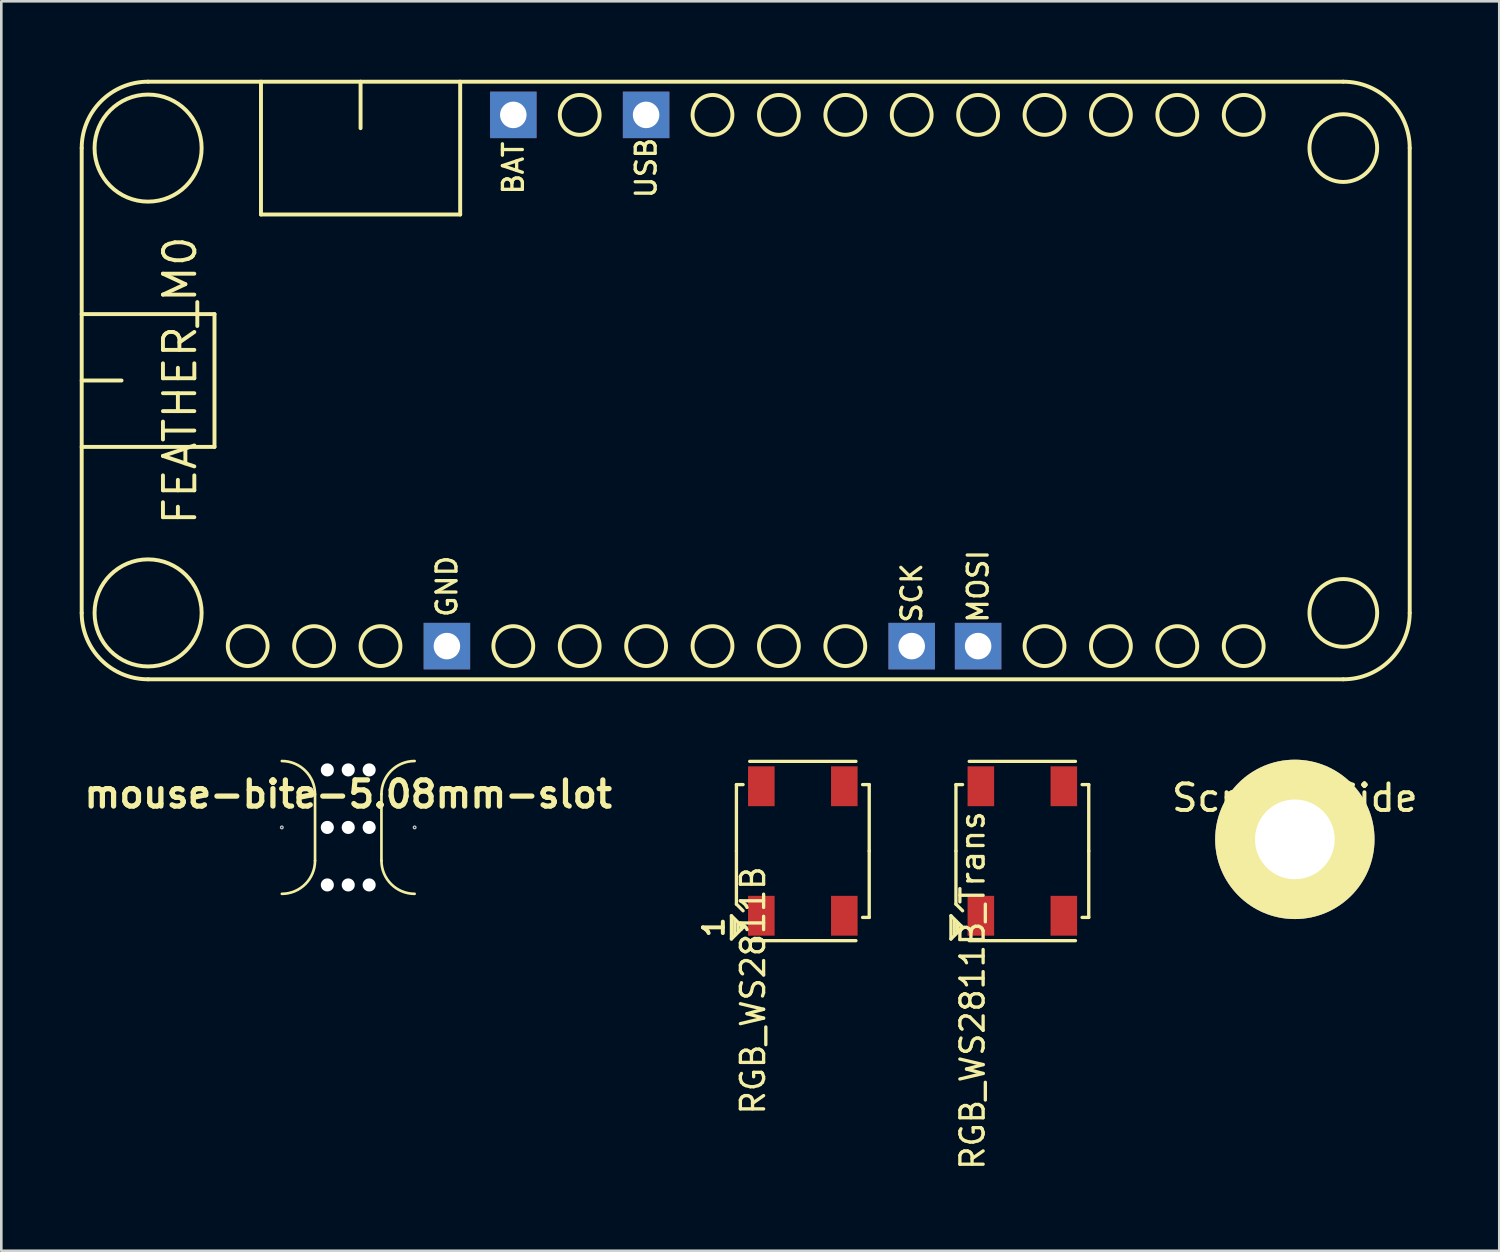
<source format=kicad_pcb>
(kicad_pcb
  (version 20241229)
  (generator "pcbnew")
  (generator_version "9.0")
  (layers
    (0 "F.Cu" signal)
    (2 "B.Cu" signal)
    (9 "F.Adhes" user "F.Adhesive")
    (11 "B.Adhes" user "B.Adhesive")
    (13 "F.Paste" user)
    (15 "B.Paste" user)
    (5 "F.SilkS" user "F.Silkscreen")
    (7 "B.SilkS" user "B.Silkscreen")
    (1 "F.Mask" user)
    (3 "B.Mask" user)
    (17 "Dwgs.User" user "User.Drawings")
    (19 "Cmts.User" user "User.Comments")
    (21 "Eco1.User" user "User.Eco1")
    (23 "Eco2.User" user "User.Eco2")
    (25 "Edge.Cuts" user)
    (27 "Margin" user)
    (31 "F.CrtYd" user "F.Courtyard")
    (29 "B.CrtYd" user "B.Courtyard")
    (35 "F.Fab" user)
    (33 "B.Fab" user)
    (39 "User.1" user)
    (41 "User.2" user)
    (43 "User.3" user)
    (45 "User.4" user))
  (footprint "RGB_WS2811B_Trans"
    (layer "F.Cu")
    (at 36.057 29.503)
    (property "Reference" "RGB_WS2811B_Trans" (at -1.905 5.334 90) (layer "F.SilkS") (effects (font (size 0.889 0.889) (thickness 0.127))))
    (attr smd)
    (fp_line (start -2.731 2.477) (end -2.286 2.921) (stroke (width 0.127) (type solid)) (layer "F.SilkS"))
    (fp_line (start -2.731 3.365) (end -2.731 2.477) (stroke (width 0.127) (type solid)) (layer "F.SilkS"))
    (fp_line (start -2.603 2.667) (end -2.603 3.175) (stroke (width 0.127) (type solid)) (layer "F.SilkS"))
    (fp_line (start -2.54 -2.54) (end -2.286 -2.54) (stroke (width 0.127) (type solid)) (layer "F.SilkS"))
    (fp_line (start -2.54 0) (end -2.54 -2.54) (stroke (width 0.127) (type solid)) (layer "F.SilkS"))
    (fp_line (start -2.54 2.032) (end -2.54 0) (stroke (width 0.127) (type solid)) (layer "F.SilkS"))
    (fp_line (start -2.54 2.032) (end -2.286 2.286) (stroke (width 0.127) (type solid)) (layer "F.SilkS"))
    (fp_line (start -2.477 2.794) (end -2.477 3.048) (stroke (width 0.127) (type solid)) (layer "F.SilkS"))
    (fp_line (start -2.349 2.857) (end -2.349 2.985) (stroke (width 0.127) (type solid)) (layer "F.SilkS"))
    (fp_line (start -2.286 2.921) (end -2.731 3.365) (stroke (width 0.127) (type solid)) (layer "F.SilkS"))
    (fp_line (start -2.032 -3.429) (end 2.032 -3.429) (stroke (width 0.127) (type solid)) (layer "F.SilkS"))
    (fp_line (start -2.032 3.429) (end 2.032 3.429) (stroke (width 0.127) (type solid)) (layer "F.SilkS"))
    (fp_line (start 2.54 -2.54) (end 2.286 -2.54) (stroke (width 0.127) (type solid)) (layer "F.SilkS"))
    (fp_line (start 2.54 -2.54) (end 2.54 0) (stroke (width 0.127) (type solid)) (layer "F.SilkS"))
    (fp_line (start 2.54 0) (end 2.54 2.54) (stroke (width 0.127) (type solid)) (layer "F.SilkS"))
    (fp_line (start 2.54 2.54) (end 2.286 2.54) (stroke (width 0.127) (type solid)) (layer "F.SilkS"))
    (pad "1" smd rect (at 1.587 -2.477) (size 1.016 1.524) (layers "F.Cu" "F.Mask" "F.Paste"))
    (pad "2" smd rect (at -1.587 -2.477) (size 1.016 1.524) (layers "F.Cu" "F.Mask" "F.Paste"))
    (pad "3" smd rect (at -1.587 2.477) (size 1.016 1.524) (layers "F.Cu" "F.Mask" "F.Paste"))
    (pad "4" smd rect (at 1.587 2.477) (size 1.016 1.524) (layers "F.Cu" "F.Mask" "F.Paste")))
  (footprint "mouse-bite-5.08mm-slot"
    (layer "F.Cu")
    (at 10.271 28.601)
    (property "Reference" "mouse-bite-5.08mm-slot" (at 0 -1.27 0) (layer "F.SilkS") (effects (font (size 1 1) (thickness 0.2))))
    (attr through_hole)
    (fp_line (start -1.27 -1.27) (end -1.27 1.27) (stroke (width 0.102) (type solid)) (layer "F.SilkS"))
    (fp_line (start 1.27 -1.27) (end 1.27 1.27) (stroke (width 0.102) (type solid)) (layer "F.SilkS"))
    (fp_arc (start -2.54 -2.54) (mid -1.641974 -2.168026) (end -1.27 -1.27) (stroke (width 0.1016) (type solid)) (layer "F.SilkS"))
    (fp_arc (start -1.27 1.27) (mid -1.641974 2.168026) (end -2.54 2.54) (stroke (width 0.1016) (type solid)) (layer "F.SilkS"))
    (fp_arc (start 1.27 -1.27) (mid 1.641974 -2.168026) (end 2.54 -2.54) (stroke (width 0.1016) (type solid)) (layer "F.SilkS"))
    (fp_arc (start 2.54 2.54) (mid 1.641974 2.168026) (end 1.27 1.27) (stroke (width 0.1016) (type solid)) (layer "F.SilkS"))
    (fp_circle (center -2.54 0) (end -2.54 0.051) (stroke (width 0.05) (type solid)) (fill no) (layer "Dwgs.User"))
    (fp_circle (center 2.54 0) (end 2.54 -0.051) (stroke (width 0.051) (type solid)) (fill no) (layer "Dwgs.User"))
    (pad "" np_thru_hole circle (at -0.8 -2.2) (size 0.5 0.5) (drill 0.5) (layers "*.Cu" "*.Mask"))
    (pad "" np_thru_hole circle (at -0.8 0) (size 0.5 0.5) (drill 0.5) (layers "*.Cu" "*.Mask"))
    (pad "" np_thru_hole circle (at -0.8 2.2) (size 0.5 0.5) (drill 0.5) (layers "*.Cu" "*.Mask"))
    (pad "" np_thru_hole circle (at 0 -2.2) (size 0.5 0.5) (drill 0.5) (layers "*.Cu" "*.Mask"))
    (pad "" np_thru_hole circle (at 0 0) (size 0.5 0.5) (drill 0.5) (layers "*.Cu" "*.Mask"))
    (pad "" np_thru_hole circle (at 0 2.2) (size 0.5 0.5) (drill 0.5) (layers "*.Cu" "*.Mask"))
    (pad "" np_thru_hole circle (at 0.8 -2.2) (size 0.5 0.5) (drill 0.5) (layers "*.Cu" "*.Mask"))
    (pad "" np_thru_hole circle (at 0.8 0) (size 0.5 0.5) (drill 0.5) (layers "*.Cu" "*.Mask"))
    (pad "" np_thru_hole circle (at 0.8 2.2) (size 0.5 0.5) (drill 0.5) (layers "*.Cu" "*.Mask")))
  (footprint "RGB_WS2811B"
    (layer "F.Cu")
    (at 27.66 29.503)
    (property "Reference" "RGB_WS2811B" (at -1.905 5.334 90) (layer "F.SilkS") (effects (font (size 0.889 0.889) (thickness 0.127))))
    (attr through_hole)
    (fp_line (start -2.731 2.477) (end -2.286 2.921) (stroke (width 0.127) (type solid)) (layer "F.SilkS"))
    (fp_line (start -2.731 3.365) (end -2.731 2.477) (stroke (width 0.127) (type solid)) (layer "F.SilkS"))
    (fp_line (start -2.603 2.667) (end -2.603 3.175) (stroke (width 0.127) (type solid)) (layer "F.SilkS"))
    (fp_line (start -2.54 -2.54) (end -2.286 -2.54) (stroke (width 0.127) (type solid)) (layer "F.SilkS"))
    (fp_line (start -2.54 0) (end -2.54 -2.54) (stroke (width 0.127) (type solid)) (layer "F.SilkS"))
    (fp_line (start -2.54 2.032) (end -2.54 0) (stroke (width 0.127) (type solid)) (layer "F.SilkS"))
    (fp_line (start -2.54 2.032) (end -2.286 2.286) (stroke (width 0.127) (type solid)) (layer "F.SilkS"))
    (fp_line (start -2.477 2.794) (end -2.477 3.048) (stroke (width 0.127) (type solid)) (layer "F.SilkS"))
    (fp_line (start -2.349 2.857) (end -2.349 2.985) (stroke (width 0.127) (type solid)) (layer "F.SilkS"))
    (fp_line (start -2.286 2.921) (end -2.731 3.365) (stroke (width 0.127) (type solid)) (layer "F.SilkS"))
    (fp_line (start -2.032 -3.429) (end 2.032 -3.429) (stroke (width 0.127) (type solid)) (layer "F.SilkS"))
    (fp_line (start -2.032 3.429) (end 2.032 3.429) (stroke (width 0.127) (type solid)) (layer "F.SilkS"))
    (fp_line (start 2.54 -2.54) (end 2.286 -2.54) (stroke (width 0.127) (type solid)) (layer "F.SilkS"))
    (fp_line (start 2.54 -2.54) (end 2.54 0) (stroke (width 0.127) (type solid)) (layer "F.SilkS"))
    (fp_line (start 2.54 0) (end 2.54 2.54) (stroke (width 0.127) (type solid)) (layer "F.SilkS"))
    (fp_line (start 2.54 2.54) (end 2.286 2.54) (stroke (width 0.127) (type solid)) (layer "F.SilkS"))
    (fp_text user "1" (at -3.404 2.921 90) (layer "F.SilkS") (effects (font (size 0.762 0.762) (thickness 0.152))))
    (pad "1" smd rect (at 1.587 -2.477) (size 1.016 1.524) (layers "F.Cu" "F.Mask" "F.Paste"))
    (pad "2" smd rect (at -1.587 -2.477) (size 1.016 1.524) (layers "F.Cu" "F.Mask" "F.Paste"))
    (pad "3" smd rect (at -1.587 2.477) (size 1.016 1.524) (layers "F.Cu" "F.Mask" "F.Paste"))
    (pad "4" smd rect (at 1.587 2.477) (size 1.016 1.524) (layers "F.Cu" "F.Mask" "F.Paste")))
  (footprint "FEATHER_M0"
    (layer "F.Cu")
    (at 25.475 11.505)
    (property "Reference" "FEATHER_M0" (at -21.639 0 90) (layer "F.SilkS") (effects (font (size 1.2 1.2) (thickness 0.15))))
    (attr through_hole)
    (fp_line (start -25.4 -8.89) (end -25.4 8.89) (stroke (width 0.15) (type solid)) (layer "F.SilkS"))
    (fp_line (start -25.4 -2.54) (end -20.32 -2.54) (stroke (width 0.15) (type solid)) (layer "F.SilkS"))
    (fp_line (start -25.4 0) (end -23.876 0) (stroke (width 0.15) (type solid)) (layer "F.SilkS"))
    (fp_line (start -22.86 11.43) (end 22.86 11.43) (stroke (width 0.15) (type solid)) (layer "F.SilkS"))
    (fp_line (start -20.32 -2.54) (end -20.32 2.54) (stroke (width 0.15) (type solid)) (layer "F.SilkS"))
    (fp_line (start -20.32 2.54) (end -25.4 2.54) (stroke (width 0.15) (type solid)) (layer "F.SilkS"))
    (fp_line (start -18.542 -6.35) (end -18.542 -11.43) (stroke (width 0.15) (type solid)) (layer "F.SilkS"))
    (fp_line (start -18.542 -6.35) (end -10.922 -6.35) (stroke (width 0.15) (type solid)) (layer "F.SilkS"))
    (fp_line (start -14.732 -11.43) (end -14.732 -9.652) (stroke (width 0.15) (type solid)) (layer "F.SilkS"))
    (fp_line (start -10.922 -6.35) (end -10.922 -11.43) (stroke (width 0.15) (type solid)) (layer "F.SilkS"))
    (fp_line (start 22.86 -11.43) (end -22.86 -11.43) (stroke (width 0.15) (type solid)) (layer "F.SilkS"))
    (fp_line (start 25.4 -8.89) (end 25.4 8.89) (stroke (width 0.15) (type solid)) (layer "F.SilkS"))
    (fp_arc (start -25.4 -8.89) (mid -24.656051 -10.686051) (end -22.86 -11.43) (stroke (width 0.15) (type solid)) (layer "F.SilkS"))
    (fp_arc (start -22.86 11.43) (mid -24.656051 10.686051) (end -25.4 8.89) (stroke (width 0.15) (type solid)) (layer "F.SilkS"))
    (fp_arc (start 22.86 -11.43) (mid 24.656051 -10.686051) (end 25.4 -8.89) (stroke (width 0.15) (type solid)) (layer "F.SilkS"))
    (fp_arc (start 25.4 8.89) (mid 24.656051 10.686051) (end 22.86 11.43) (stroke (width 0.15) (type solid)) (layer "F.SilkS"))
    (fp_circle (center -22.86 -8.89) (end -20.828 -8.636) (stroke (width 0.15) (type solid)) (fill no) (layer "F.SilkS"))
    (fp_circle (center -22.86 8.89) (end -20.828 8.636) (stroke (width 0.15) (type solid)) (fill no) (layer "F.SilkS"))
    (fp_circle (center -19.05 10.16) (end -18.288 10.16) (stroke (width 0.15) (type solid)) (fill no) (layer "F.SilkS"))
    (fp_circle (center -16.51 10.16) (end -15.748 10.16) (stroke (width 0.15) (type solid)) (fill no) (layer "F.SilkS"))
    (fp_circle (center -13.97 10.16) (end -13.208 10.16) (stroke (width 0.15) (type solid)) (fill no) (layer "F.SilkS"))
    (fp_circle (center -8.89 10.16) (end -9.652 10.16) (stroke (width 0.15) (type solid)) (fill no) (layer "F.SilkS"))
    (fp_circle (center -6.35 -10.16) (end -5.588 -10.16) (stroke (width 0.15) (type solid)) (fill no) (layer "F.SilkS"))
    (fp_circle (center -6.35 10.16) (end -7.112 10.16) (stroke (width 0.15) (type solid)) (fill no) (layer "F.SilkS"))
    (fp_circle (center -3.81 10.16) (end -4.572 10.16) (stroke (width 0.15) (type solid)) (fill no) (layer "F.SilkS"))
    (fp_circle (center -1.27 -10.16) (end -0.508 -10.16) (stroke (width 0.15) (type solid)) (fill no) (layer "F.SilkS"))
    (fp_circle (center -1.27 10.16) (end -2.032 10.16) (stroke (width 0.15) (type solid)) (fill no) (layer "F.SilkS"))
    (fp_circle (center 1.27 -10.16) (end 2.032 -10.16) (stroke (width 0.15) (type solid)) (fill no) (layer "F.SilkS"))
    (fp_circle (center 1.27 10.16) (end 0.508 10.16) (stroke (width 0.15) (type solid)) (fill no) (layer "F.SilkS"))
    (fp_circle (center 3.81 -10.16) (end 4.572 -10.16) (stroke (width 0.15) (type solid)) (fill no) (layer "F.SilkS"))
    (fp_circle (center 3.81 10.16) (end 3.048 10.16) (stroke (width 0.15) (type solid)) (fill no) (layer "F.SilkS"))
    (fp_circle (center 6.35 -10.16) (end 7.112 -10.16) (stroke (width 0.15) (type solid)) (fill no) (layer "F.SilkS"))
    (fp_circle (center 8.89 -10.16) (end 8.128 -10.16) (stroke (width 0.15) (type solid)) (fill no) (layer "F.SilkS"))
    (fp_circle (center 11.43 -10.16) (end 12.192 -10.16) (stroke (width 0.15) (type solid)) (fill no) (layer "F.SilkS"))
    (fp_circle (center 11.43 10.16) (end 12.192 10.16) (stroke (width 0.15) (type solid)) (fill no) (layer "F.SilkS"))
    (fp_circle (center 13.97 -10.16) (end 14.732 -10.16) (stroke (width 0.15) (type solid)) (fill no) (layer "F.SilkS"))
    (fp_circle (center 13.97 10.16) (end 14.732 10.16) (stroke (width 0.15) (type solid)) (fill no) (layer "F.SilkS"))
    (fp_circle (center 16.51 -10.16) (end 15.748 -10.16) (stroke (width 0.15) (type solid)) (fill no) (layer "F.SilkS"))
    (fp_circle (center 16.51 10.16) (end 17.272 10.16) (stroke (width 0.15) (type solid)) (fill no) (layer "F.SilkS"))
    (fp_circle (center 19.05 -10.16) (end 18.288 -10.16) (stroke (width 0.15) (type solid)) (fill no) (layer "F.SilkS"))
    (fp_circle (center 19.05 10.16) (end 19.812 10.16) (stroke (width 0.15) (type solid)) (fill no) (layer "F.SilkS"))
    (fp_circle (center 22.86 -8.89) (end 21.59 -8.636) (stroke (width 0.15) (type solid)) (fill no) (layer "F.SilkS"))
    (fp_circle (center 22.86 8.89) (end 21.59 9.144) (stroke (width 0.15) (type solid)) (fill no) (layer "F.SilkS"))
    (fp_text user "USB" (at -3.81 -8.128 90) (layer "F.SilkS") (effects (font (size 0.762 0.762) (thickness 0.127))))
    (fp_text user "SCK" (at 6.35 8.128 90) (layer "F.SilkS") (effects (font (size 0.762 0.762) (thickness 0.127))))
    (fp_text user "GND" (at -11.43 7.874 90) (layer "F.SilkS") (effects (font (size 0.762 0.762) (thickness 0.127))))
    (fp_text user "BAT" (at -8.89 -8.128 90) (layer "F.SilkS") (effects (font (size 0.762 0.762) (thickness 0.127))))
    (fp_text user "MOSI" (at 8.89 7.874 90) (layer "F.SilkS") (effects (font (size 0.762 0.762) (thickness 0.127))))
    (pad "4" thru_hole rect (at -11.43 10.16) (size 1.778 1.778) (drill 1.016) (layers "*.Cu" "*.Mask"))
    (pad "11" thru_hole rect (at 6.35 10.16) (size 1.778 1.778) (drill 1.016) (layers "*.Cu" "*.Mask"))
    (pad "12" thru_hole rect (at 8.89 10.16) (size 1.778 1.778) (drill 1.016) (layers "*.Cu" "*.Mask"))
    (pad "26" thru_hole rect (at -3.81 -10.16) (size 1.778 1.778) (drill 1.016) (layers "*.Cu" "*.Mask"))
    (pad "28" thru_hole rect (at -8.89 -10.16) (size 1.778 1.778) (drill 1.016) (layers "*.Cu" "*.Mask")))
  (footprint "Screw_SSide"
    (layer "F.Cu")
    (at 46.481 29.058)
    (property "Reference" "Screw_SSide" (at 0 -1.587 0) (layer "F.SilkS") (effects (font (size 1.016 1.016) (thickness 0.152))))
    (attr through_hole)
    (pad "1" thru_hole circle (at 0 0) (size 6.096 6.096) (drill 3.048) (layers "F.Cu" "F.Mask" "F.SilkS" "F.Paste")))
  (gr_rect
    (start -3 -3)
    (end 54.301 44.796)
    (stroke (width 0.1) (type default))
    (fill no)
    (layer "Edge.Cuts")))
</source>
